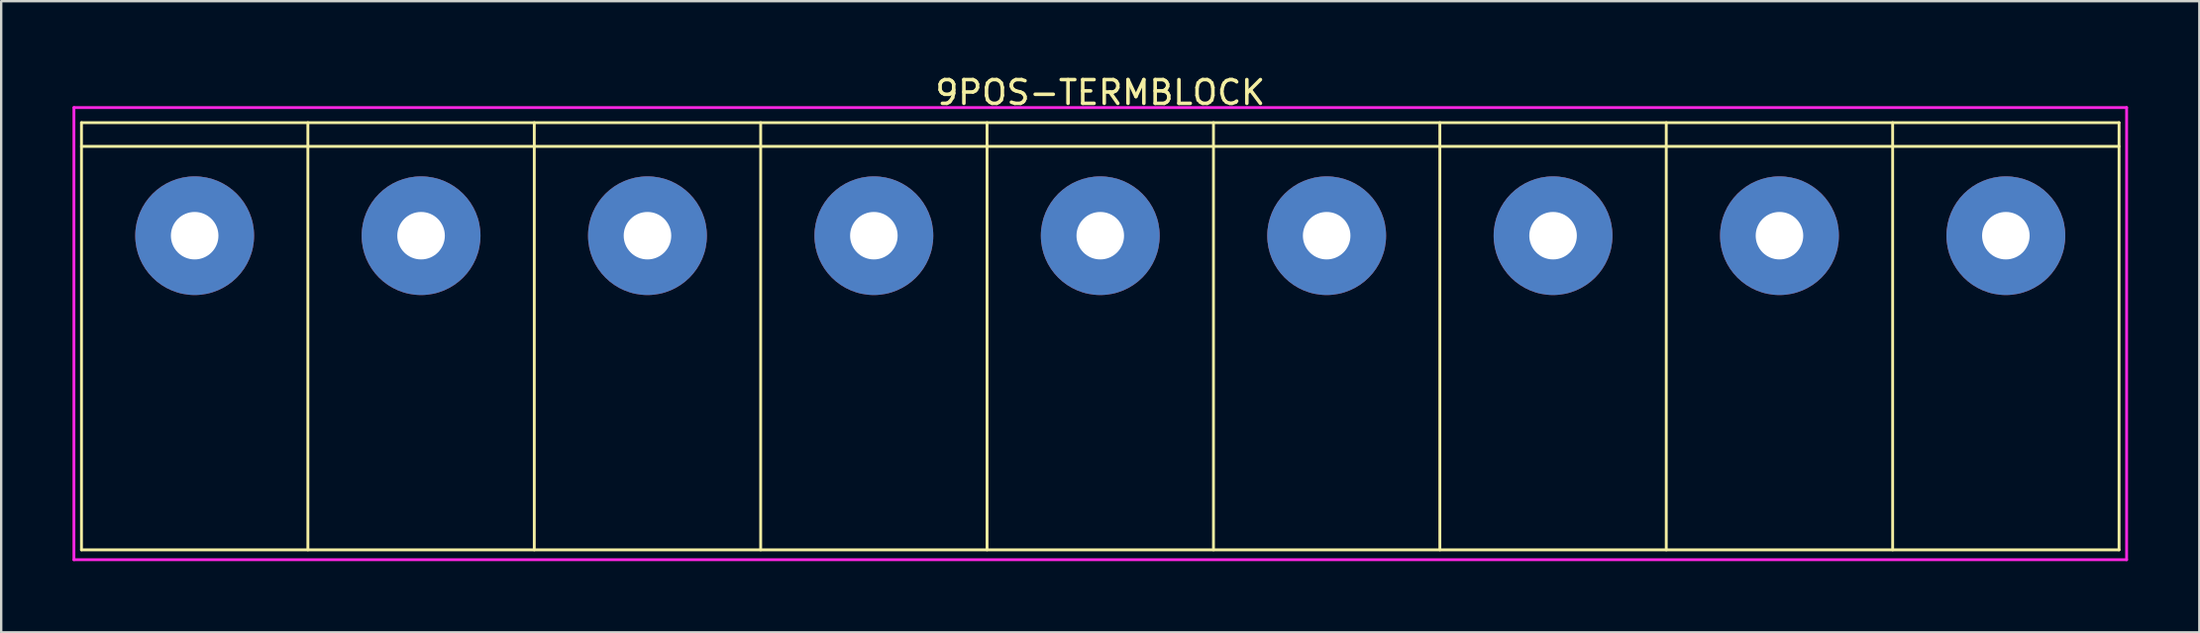
<source format=kicad_pcb>
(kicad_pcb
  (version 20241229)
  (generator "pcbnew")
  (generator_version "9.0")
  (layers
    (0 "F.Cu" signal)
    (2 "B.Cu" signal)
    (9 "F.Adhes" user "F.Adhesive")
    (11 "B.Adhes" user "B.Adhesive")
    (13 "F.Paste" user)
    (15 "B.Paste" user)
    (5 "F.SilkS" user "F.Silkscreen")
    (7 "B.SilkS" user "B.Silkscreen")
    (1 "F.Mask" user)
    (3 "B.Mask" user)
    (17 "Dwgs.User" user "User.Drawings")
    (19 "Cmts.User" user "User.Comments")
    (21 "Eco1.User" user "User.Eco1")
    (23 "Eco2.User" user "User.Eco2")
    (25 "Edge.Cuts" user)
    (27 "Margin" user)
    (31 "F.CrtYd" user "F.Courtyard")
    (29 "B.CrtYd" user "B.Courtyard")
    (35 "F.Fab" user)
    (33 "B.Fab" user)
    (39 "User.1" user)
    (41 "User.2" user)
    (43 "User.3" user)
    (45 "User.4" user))
  (footprint "9POS-TERMBLOCK"
    (layer "F.Cu")
    (at 43.24 2.118)
    (property "Reference" "9POS-TERMBLOCK" (at 0 -1.27 0) (layer "F.SilkS") (effects (font (size 1 1) (thickness 0.15))))
    (attr through_hole)
    (fp_line (start -42.862 0) (end -42.862 18) (stroke (width 0.12) (type solid)) (layer "F.SilkS"))
    (fp_line (start -42.862 0) (end 42.862 0) (stroke (width 0.12) (type solid)) (layer "F.SilkS"))
    (fp_line (start -42.862 1) (end 42.862 1) (stroke (width 0.12) (type solid)) (layer "F.SilkS"))
    (fp_line (start -42.862 18) (end 42.862 18) (stroke (width 0.12) (type solid)) (layer "F.SilkS"))
    (fp_line (start -33.337 0) (end -33.337 18) (stroke (width 0.12) (type solid)) (layer "F.SilkS"))
    (fp_line (start -23.812 0) (end -23.812 18) (stroke (width 0.12) (type solid)) (layer "F.SilkS"))
    (fp_line (start -14.287 0) (end -14.287 18) (stroke (width 0.12) (type solid)) (layer "F.SilkS"))
    (fp_line (start -4.763 0) (end -4.763 18) (stroke (width 0.12) (type solid)) (layer "F.SilkS"))
    (fp_line (start 4.763 0) (end 4.763 18) (stroke (width 0.12) (type solid)) (layer "F.SilkS"))
    (fp_line (start 14.287 0) (end 14.287 18) (stroke (width 0.12) (type solid)) (layer "F.SilkS"))
    (fp_line (start 23.812 0) (end 23.812 18) (stroke (width 0.12) (type solid)) (layer "F.SilkS"))
    (fp_line (start 33.337 0) (end 33.337 18) (stroke (width 0.12) (type solid)) (layer "F.SilkS"))
    (fp_line (start 42.862 0) (end 42.862 18) (stroke (width 0.12) (type solid)) (layer "F.SilkS"))
    (fp_line (start -43.18 -0.635) (end 43.18 -0.635) (stroke (width 0.12) (type solid)) (layer "F.CrtYd"))
    (fp_line (start -43.18 18.415) (end -43.18 -0.635) (stroke (width 0.12) (type solid)) (layer "F.CrtYd"))
    (fp_line (start 43.18 -0.635) (end 43.18 18.415) (stroke (width 0.12) (type solid)) (layer "F.CrtYd"))
    (fp_line (start 43.18 18.415) (end -43.18 18.415) (stroke (width 0.12) (type solid)) (layer "F.CrtYd"))
    (pad "1" thru_hole circle (at -38.1 4.763) (size 5 5) (drill 2) (layers "*.Cu" "*.Mask"))
    (pad "2" thru_hole circle (at -28.575 4.763) (size 5 5) (drill 2) (layers "*.Cu" "*.Mask"))
    (pad "3" thru_hole circle (at -19.05 4.763) (size 5 5) (drill 2) (layers "*.Cu" "*.Mask"))
    (pad "4" thru_hole circle (at -9.525 4.763) (size 5 5) (drill 2) (layers "*.Cu" "*.Mask"))
    (pad "5" thru_hole circle (at 0 4.763) (size 5 5) (drill 2) (layers "*.Cu" "*.Mask"))
    (pad "6" thru_hole circle (at 9.525 4.763) (size 5 5) (drill 2) (layers "*.Cu" "*.Mask"))
    (pad "7" thru_hole circle (at 19.05 4.763) (size 5 5) (drill 2) (layers "*.Cu" "*.Mask"))
    (pad "8" thru_hole circle (at 28.575 4.763) (size 5 5) (drill 2) (layers "*.Cu" "*.Mask"))
    (pad "9" thru_hole circle (at 38.1 4.763) (size 5 5) (drill 2) (layers "*.Cu" "*.Mask")))
  (gr_rect
    (start -3 -3)
    (end 89.48 23.593)
    (stroke (width 0.1) (type default))
    (fill no)
    (layer "Edge.Cuts")))
</source>
